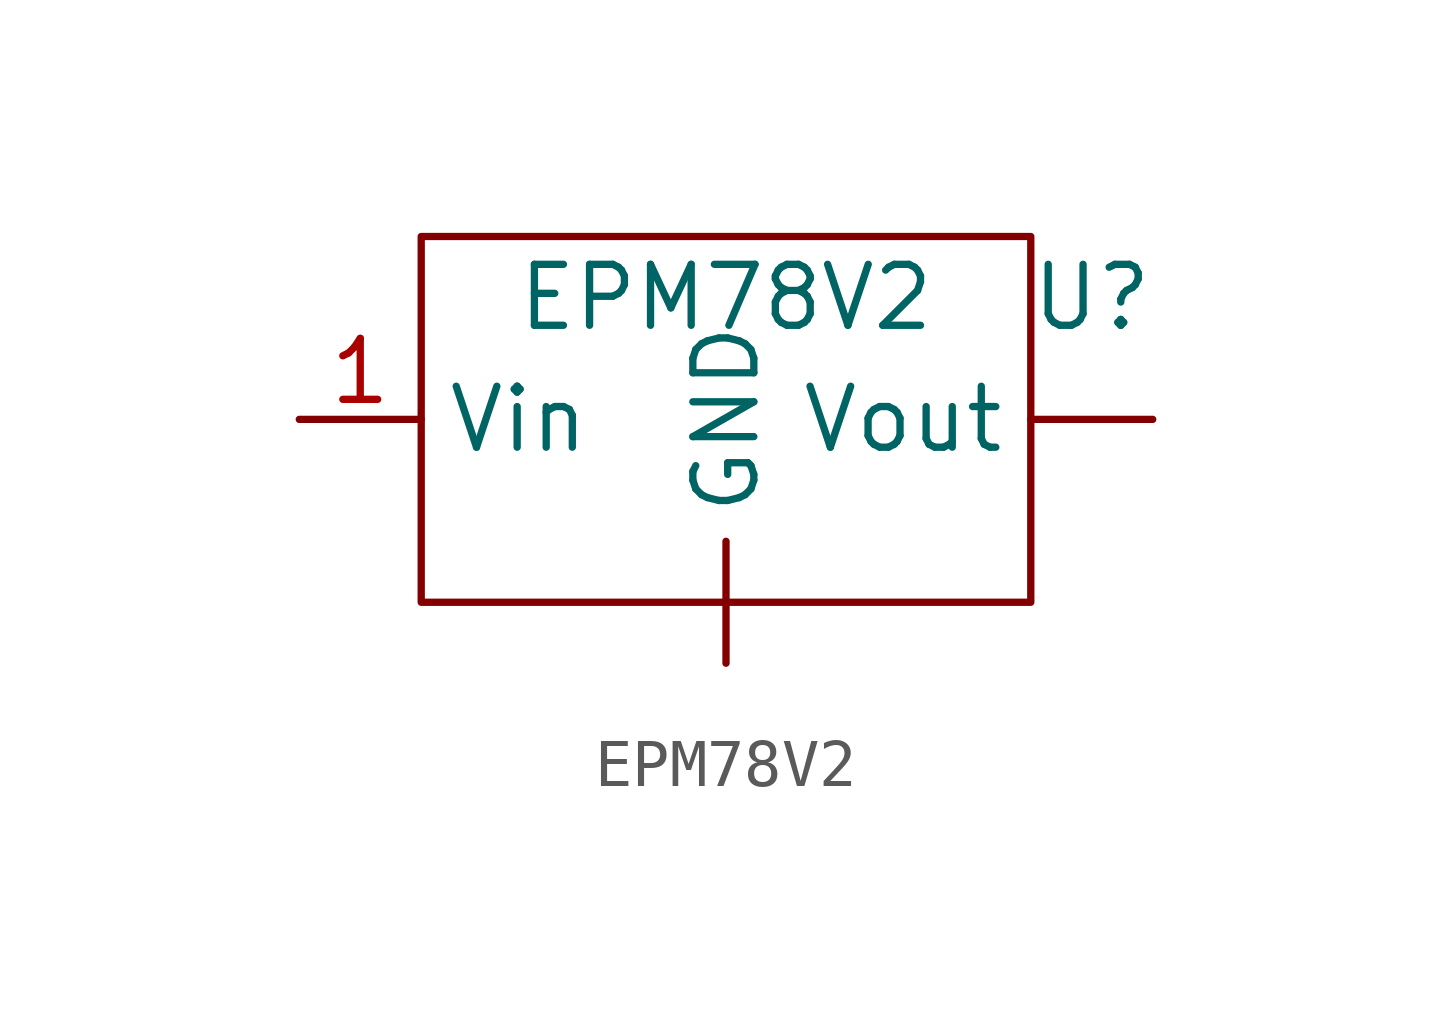
<source format=kicad_sym>
(kicad_symbol_lib
  (version 20220914)
  (generator kicad_symbol_editor)
  (symbol "EPM78V2"
    (property "Reference" "U"
      (at 7.62 2.54 0)
      (effects (font (size 1.27 1.27))))
    (property "Value" "EPM78V2"
      (at 0 2.54 0)
      (effects (font (size 1.27 1.27))))
    (symbol "EPM78V2_0_1"
      (rectangle (start -6.35 3.81) (end 6.35 -3.81) (stroke (width 0) (type default)) (fill (type none))))
    (symbol "EPM78V2_1_1"
      (pin input line (at 0 -5.08 90) (length 2.54) (name "GND" (effects (font (size 1.27 1.27)))) (number "" (effects (font (size 1.27 1.27)))))
      (pin power_out line (at 8.89 0 180) (length 2.54) (name "Vout" (effects (font (size 1.27 1.27)))) (number "" (effects (font (size 1.27 1.27)))))
      (pin power_in line (at -8.89 0 0) (length 2.54) (name "Vin" (effects (font (size 1.27 1.27)))) (number "1" (effects (font (size 1.27 1.27))))))))
</source>
